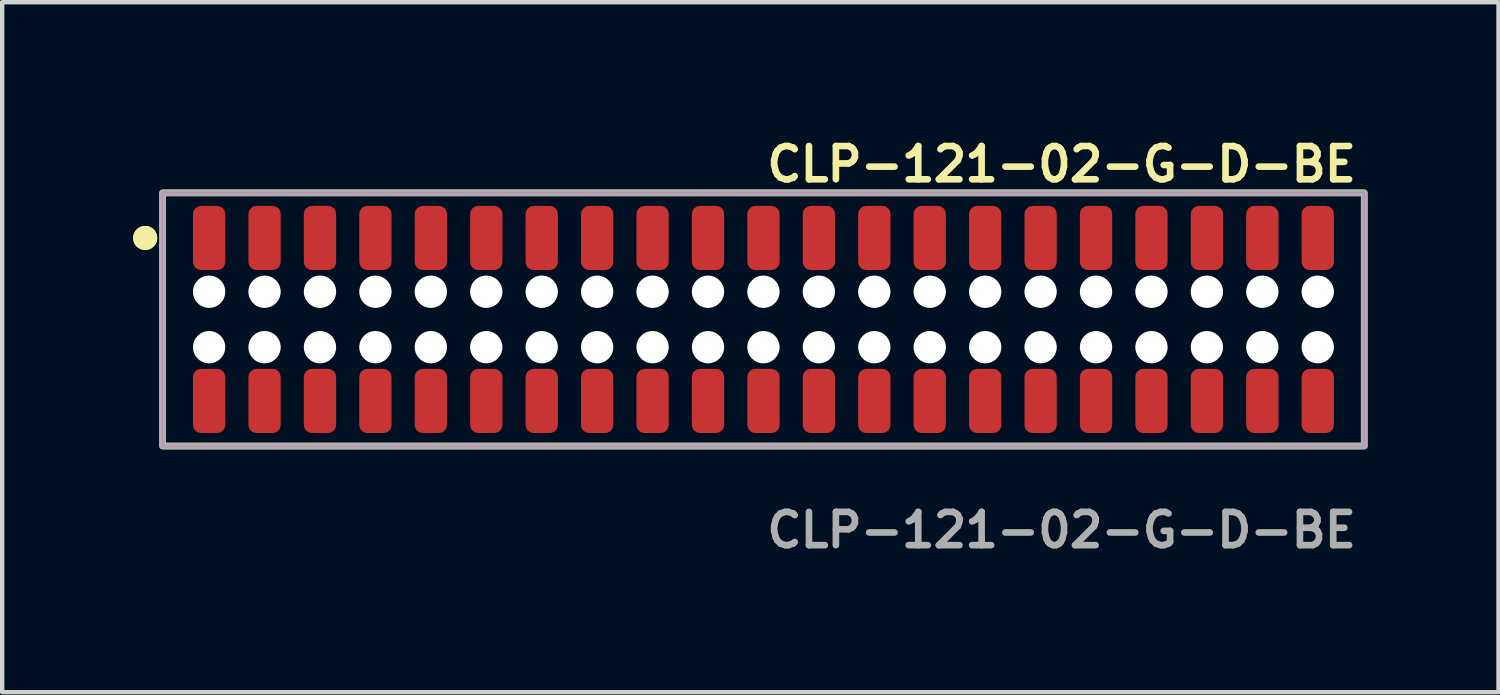
<source format=kicad_pcb>
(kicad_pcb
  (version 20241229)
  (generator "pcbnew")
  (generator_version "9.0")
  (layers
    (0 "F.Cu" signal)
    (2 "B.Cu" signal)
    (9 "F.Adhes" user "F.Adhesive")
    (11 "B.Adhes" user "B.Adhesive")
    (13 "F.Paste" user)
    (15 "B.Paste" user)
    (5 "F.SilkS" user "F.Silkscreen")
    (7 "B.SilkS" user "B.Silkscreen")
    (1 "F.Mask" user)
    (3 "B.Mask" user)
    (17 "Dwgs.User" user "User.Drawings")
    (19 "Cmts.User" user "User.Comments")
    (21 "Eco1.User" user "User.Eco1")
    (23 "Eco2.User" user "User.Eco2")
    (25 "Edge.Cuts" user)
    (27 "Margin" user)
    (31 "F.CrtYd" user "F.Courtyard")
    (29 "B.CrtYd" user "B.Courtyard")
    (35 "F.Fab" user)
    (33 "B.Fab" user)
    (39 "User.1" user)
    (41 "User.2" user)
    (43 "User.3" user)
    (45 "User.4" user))
  (footprint "CLP-121-02-G-D-BE"
    (layer "F.Cu")
    (at 14.441 4.269)
    (property "Reference" "CLP-121-02-G-D-BE" (at 0 -3.556 0) (unlocked yes) (layer "F.SilkS") (effects (font (size 0.762 0.762) (thickness 0.152)) (justify left)))
    (fp_rect (start -13.765 2.9) (end 13.765 -2.9) (stroke (width 0.152) (type solid)) (fill no) (layer "F.SilkS"))
    (fp_circle (center -14.165 -1.867) (end -14.365 -1.867) (stroke (width 0.152) (type solid)) (fill yes) (layer "F.SilkS"))
    (fp_circle (center -14.165 -1.867) (end -14.365 -1.867) (stroke (width 0.152) (type solid)) (fill yes) (layer "F.SilkS"))
    (fp_rect (start -13.765 2.9) (end 13.765 -2.9) (stroke (width 0.006) (type solid)) (fill no) (layer "F.CrtYd"))
    (fp_rect (start -13.765 2.9) (end 13.765 -2.9) (stroke (width 0.152) (type solid)) (fill no) (layer "F.Fab"))
    (fp_text user "${REFERENCE}" (at 0 4.826 0) (unlocked yes) (layer "F.Fab") (effects (font (size 0.762 0.762) (thickness 0.152)) (justify left)))
    (pad "" np_thru_hole circle (at -12.7 -0.635) (size 0.74 0.74) (drill 0.74) (layers "*.Cu" "*.Mask"))
    (pad "" np_thru_hole circle (at -12.7 0.635) (size 0.74 0.74) (drill 0.74) (layers "*.Cu" "*.Mask"))
    (pad "" np_thru_hole circle (at -11.43 -0.635) (size 0.74 0.74) (drill 0.74) (layers "*.Cu" "*.Mask"))
    (pad "" np_thru_hole circle (at -11.43 0.635) (size 0.74 0.74) (drill 0.74) (layers "*.Cu" "*.Mask"))
    (pad "" np_thru_hole circle (at -10.16 -0.635) (size 0.74 0.74) (drill 0.74) (layers "*.Cu" "*.Mask"))
    (pad "" np_thru_hole circle (at -10.16 0.635) (size 0.74 0.74) (drill 0.74) (layers "*.Cu" "*.Mask"))
    (pad "" np_thru_hole circle (at -8.89 -0.635) (size 0.74 0.74) (drill 0.74) (layers "*.Cu" "*.Mask"))
    (pad "" np_thru_hole circle (at -8.89 0.635) (size 0.74 0.74) (drill 0.74) (layers "*.Cu" "*.Mask"))
    (pad "" np_thru_hole circle (at -7.62 -0.635) (size 0.74 0.74) (drill 0.74) (layers "*.Cu" "*.Mask"))
    (pad "" np_thru_hole circle (at -7.62 0.635) (size 0.74 0.74) (drill 0.74) (layers "*.Cu" "*.Mask"))
    (pad "" np_thru_hole circle (at -6.35 -0.635) (size 0.74 0.74) (drill 0.74) (layers "*.Cu" "*.Mask"))
    (pad "" np_thru_hole circle (at -6.35 0.635) (size 0.74 0.74) (drill 0.74) (layers "*.Cu" "*.Mask"))
    (pad "" np_thru_hole circle (at -5.08 -0.635) (size 0.74 0.74) (drill 0.74) (layers "*.Cu" "*.Mask"))
    (pad "" np_thru_hole circle (at -5.08 0.635) (size 0.74 0.74) (drill 0.74) (layers "*.Cu" "*.Mask"))
    (pad "" np_thru_hole circle (at -3.81 -0.635) (size 0.74 0.74) (drill 0.74) (layers "*.Cu" "*.Mask"))
    (pad "" np_thru_hole circle (at -3.81 0.635) (size 0.74 0.74) (drill 0.74) (layers "*.Cu" "*.Mask"))
    (pad "" np_thru_hole circle (at -2.54 -0.635) (size 0.74 0.74) (drill 0.74) (layers "*.Cu" "*.Mask"))
    (pad "" np_thru_hole circle (at -2.54 0.635) (size 0.74 0.74) (drill 0.74) (layers "*.Cu" "*.Mask"))
    (pad "" np_thru_hole circle (at -1.27 -0.635) (size 0.74 0.74) (drill 0.74) (layers "*.Cu" "*.Mask"))
    (pad "" np_thru_hole circle (at -1.27 0.635) (size 0.74 0.74) (drill 0.74) (layers "*.Cu" "*.Mask"))
    (pad "" np_thru_hole circle (at 0 -0.635) (size 0.74 0.74) (drill 0.74) (layers "*.Cu" "*.Mask"))
    (pad "" np_thru_hole circle (at 0 0.635) (size 0.74 0.74) (drill 0.74) (layers "*.Cu" "*.Mask"))
    (pad "" np_thru_hole circle (at 1.27 -0.635) (size 0.74 0.74) (drill 0.74) (layers "*.Cu" "*.Mask"))
    (pad "" np_thru_hole circle (at 1.27 0.635) (size 0.74 0.74) (drill 0.74) (layers "*.Cu" "*.Mask"))
    (pad "" np_thru_hole circle (at 2.54 -0.635) (size 0.74 0.74) (drill 0.74) (layers "*.Cu" "*.Mask"))
    (pad "" np_thru_hole circle (at 2.54 0.635) (size 0.74 0.74) (drill 0.74) (layers "*.Cu" "*.Mask"))
    (pad "" np_thru_hole circle (at 3.81 -0.635) (size 0.74 0.74) (drill 0.74) (layers "*.Cu" "*.Mask"))
    (pad "" np_thru_hole circle (at 3.81 0.635) (size 0.74 0.74) (drill 0.74) (layers "*.Cu" "*.Mask"))
    (pad "" np_thru_hole circle (at 5.08 -0.635) (size 0.74 0.74) (drill 0.74) (layers "*.Cu" "*.Mask"))
    (pad "" np_thru_hole circle (at 5.08 0.635) (size 0.74 0.74) (drill 0.74) (layers "*.Cu" "*.Mask"))
    (pad "" np_thru_hole circle (at 6.35 -0.635) (size 0.74 0.74) (drill 0.74) (layers "*.Cu" "*.Mask"))
    (pad "" np_thru_hole circle (at 6.35 0.635) (size 0.74 0.74) (drill 0.74) (layers "*.Cu" "*.Mask"))
    (pad "" np_thru_hole circle (at 7.62 -0.635) (size 0.74 0.74) (drill 0.74) (layers "*.Cu" "*.Mask"))
    (pad "" np_thru_hole circle (at 7.62 0.635) (size 0.74 0.74) (drill 0.74) (layers "*.Cu" "*.Mask"))
    (pad "" np_thru_hole circle (at 8.89 -0.635) (size 0.74 0.74) (drill 0.74) (layers "*.Cu" "*.Mask"))
    (pad "" np_thru_hole circle (at 8.89 0.635) (size 0.74 0.74) (drill 0.74) (layers "*.Cu" "*.Mask"))
    (pad "" np_thru_hole circle (at 10.16 -0.635) (size 0.74 0.74) (drill 0.74) (layers "*.Cu" "*.Mask"))
    (pad "" np_thru_hole circle (at 10.16 0.635) (size 0.74 0.74) (drill 0.74) (layers "*.Cu" "*.Mask"))
    (pad "" np_thru_hole circle (at 11.43 -0.635) (size 0.74 0.74) (drill 0.74) (layers "*.Cu" "*.Mask"))
    (pad "" np_thru_hole circle (at 11.43 0.635) (size 0.74 0.74) (drill 0.74) (layers "*.Cu" "*.Mask"))
    (pad "" np_thru_hole circle (at 12.7 -0.635) (size 0.74 0.74) (drill 0.74) (layers "*.Cu" "*.Mask"))
    (pad "" np_thru_hole circle (at 12.7 0.635) (size 0.74 0.74) (drill 0.74) (layers "*.Cu" "*.Mask"))
    (pad "1" smd roundrect (at -12.7 -1.867) (size 0.74 1.47) (layers "F.Cu" "F.Paste") (roundrect_rratio 0.25))
    (pad "2" smd roundrect (at -12.7 1.867) (size 0.74 1.47) (layers "F.Cu" "F.Paste") (roundrect_rratio 0.25))
    (pad "3" smd roundrect (at -11.43 -1.867) (size 0.74 1.47) (layers "F.Cu" "F.Paste") (roundrect_rratio 0.25))
    (pad "4" smd roundrect (at -11.43 1.867) (size 0.74 1.47) (layers "F.Cu" "F.Paste") (roundrect_rratio 0.25))
    (pad "5" smd roundrect (at -10.16 -1.867) (size 0.74 1.47) (layers "F.Cu" "F.Paste") (roundrect_rratio 0.25))
    (pad "6" smd roundrect (at -10.16 1.867) (size 0.74 1.47) (layers "F.Cu" "F.Paste") (roundrect_rratio 0.25))
    (pad "7" smd roundrect (at -8.89 -1.867) (size 0.74 1.47) (layers "F.Cu" "F.Paste") (roundrect_rratio 0.25))
    (pad "8" smd roundrect (at -8.89 1.867) (size 0.74 1.47) (layers "F.Cu" "F.Paste") (roundrect_rratio 0.25))
    (pad "9" smd roundrect (at -7.62 -1.867) (size 0.74 1.47) (layers "F.Cu" "F.Paste") (roundrect_rratio 0.25))
    (pad "10" smd roundrect (at -7.62 1.867) (size 0.74 1.47) (layers "F.Cu" "F.Paste") (roundrect_rratio 0.25))
    (pad "11" smd roundrect (at -6.35 -1.867) (size 0.74 1.47) (layers "F.Cu" "F.Paste") (roundrect_rratio 0.25))
    (pad "12" smd roundrect (at -6.35 1.867) (size 0.74 1.47) (layers "F.Cu" "F.Paste") (roundrect_rratio 0.25))
    (pad "13" smd roundrect (at -5.08 -1.867) (size 0.74 1.47) (layers "F.Cu" "F.Paste") (roundrect_rratio 0.25))
    (pad "14" smd roundrect (at -5.08 1.867) (size 0.74 1.47) (layers "F.Cu" "F.Paste") (roundrect_rratio 0.25))
    (pad "15" smd roundrect (at -3.81 -1.867) (size 0.74 1.47) (layers "F.Cu" "F.Paste") (roundrect_rratio 0.25))
    (pad "16" smd roundrect (at -3.81 1.867) (size 0.74 1.47) (layers "F.Cu" "F.Paste") (roundrect_rratio 0.25))
    (pad "17" smd roundrect (at -2.54 -1.867) (size 0.74 1.47) (layers "F.Cu" "F.Paste") (roundrect_rratio 0.25))
    (pad "18" smd roundrect (at -2.54 1.867) (size 0.74 1.47) (layers "F.Cu" "F.Paste") (roundrect_rratio 0.25))
    (pad "19" smd roundrect (at -1.27 -1.867) (size 0.74 1.47) (layers "F.Cu" "F.Paste") (roundrect_rratio 0.25))
    (pad "20" smd roundrect (at -1.27 1.867) (size 0.74 1.47) (layers "F.Cu" "F.Paste") (roundrect_rratio 0.25))
    (pad "21" smd roundrect (at 0 -1.867) (size 0.74 1.47) (layers "F.Cu" "F.Paste") (roundrect_rratio 0.25))
    (pad "22" smd roundrect (at 0 1.867) (size 0.74 1.47) (layers "F.Cu" "F.Paste") (roundrect_rratio 0.25))
    (pad "23" smd roundrect (at 1.27 -1.867) (size 0.74 1.47) (layers "F.Cu" "F.Paste") (roundrect_rratio 0.25))
    (pad "24" smd roundrect (at 1.27 1.867) (size 0.74 1.47) (layers "F.Cu" "F.Paste") (roundrect_rratio 0.25))
    (pad "25" smd roundrect (at 2.54 -1.867) (size 0.74 1.47) (layers "F.Cu" "F.Paste") (roundrect_rratio 0.25))
    (pad "26" smd roundrect (at 2.54 1.867) (size 0.74 1.47) (layers "F.Cu" "F.Paste") (roundrect_rratio 0.25))
    (pad "27" smd roundrect (at 3.81 -1.867) (size 0.74 1.47) (layers "F.Cu" "F.Paste") (roundrect_rratio 0.25))
    (pad "28" smd roundrect (at 3.81 1.867) (size 0.74 1.47) (layers "F.Cu" "F.Paste") (roundrect_rratio 0.25))
    (pad "29" smd roundrect (at 5.08 -1.867) (size 0.74 1.47) (layers "F.Cu" "F.Paste") (roundrect_rratio 0.25))
    (pad "30" smd roundrect (at 5.08 1.867) (size 0.74 1.47) (layers "F.Cu" "F.Paste") (roundrect_rratio 0.25))
    (pad "31" smd roundrect (at 6.35 -1.867) (size 0.74 1.47) (layers "F.Cu" "F.Paste") (roundrect_rratio 0.25))
    (pad "32" smd roundrect (at 6.35 1.867) (size 0.74 1.47) (layers "F.Cu" "F.Paste") (roundrect_rratio 0.25))
    (pad "33" smd roundrect (at 7.62 -1.867) (size 0.74 1.47) (layers "F.Cu" "F.Paste") (roundrect_rratio 0.25))
    (pad "34" smd roundrect (at 7.62 1.867) (size 0.74 1.47) (layers "F.Cu" "F.Paste") (roundrect_rratio 0.25))
    (pad "35" smd roundrect (at 8.89 -1.867) (size 0.74 1.47) (layers "F.Cu" "F.Paste") (roundrect_rratio 0.25))
    (pad "36" smd roundrect (at 8.89 1.867) (size 0.74 1.47) (layers "F.Cu" "F.Paste") (roundrect_rratio 0.25))
    (pad "37" smd roundrect (at 10.16 -1.867) (size 0.74 1.47) (layers "F.Cu" "F.Paste") (roundrect_rratio 0.25))
    (pad "38" smd roundrect (at 10.16 1.867) (size 0.74 1.47) (layers "F.Cu" "F.Paste") (roundrect_rratio 0.25))
    (pad "39" smd roundrect (at 11.43 -1.867) (size 0.74 1.47) (layers "F.Cu" "F.Paste") (roundrect_rratio 0.25))
    (pad "40" smd roundrect (at 11.43 1.867) (size 0.74 1.47) (layers "F.Cu" "F.Paste") (roundrect_rratio 0.25))
    (pad "41" smd roundrect (at 12.7 -1.867) (size 0.74 1.47) (layers "F.Cu" "F.Paste") (roundrect_rratio 0.25))
    (pad "42" smd roundrect (at 12.7 1.867) (size 0.74 1.47) (layers "F.Cu" "F.Paste") (roundrect_rratio 0.25)))
  (gr_rect
    (start -3 -3)
    (end 31.282 12.808)
    (stroke (width 0.1) (type default))
    (fill no)
    (layer "Edge.Cuts")))
</source>
